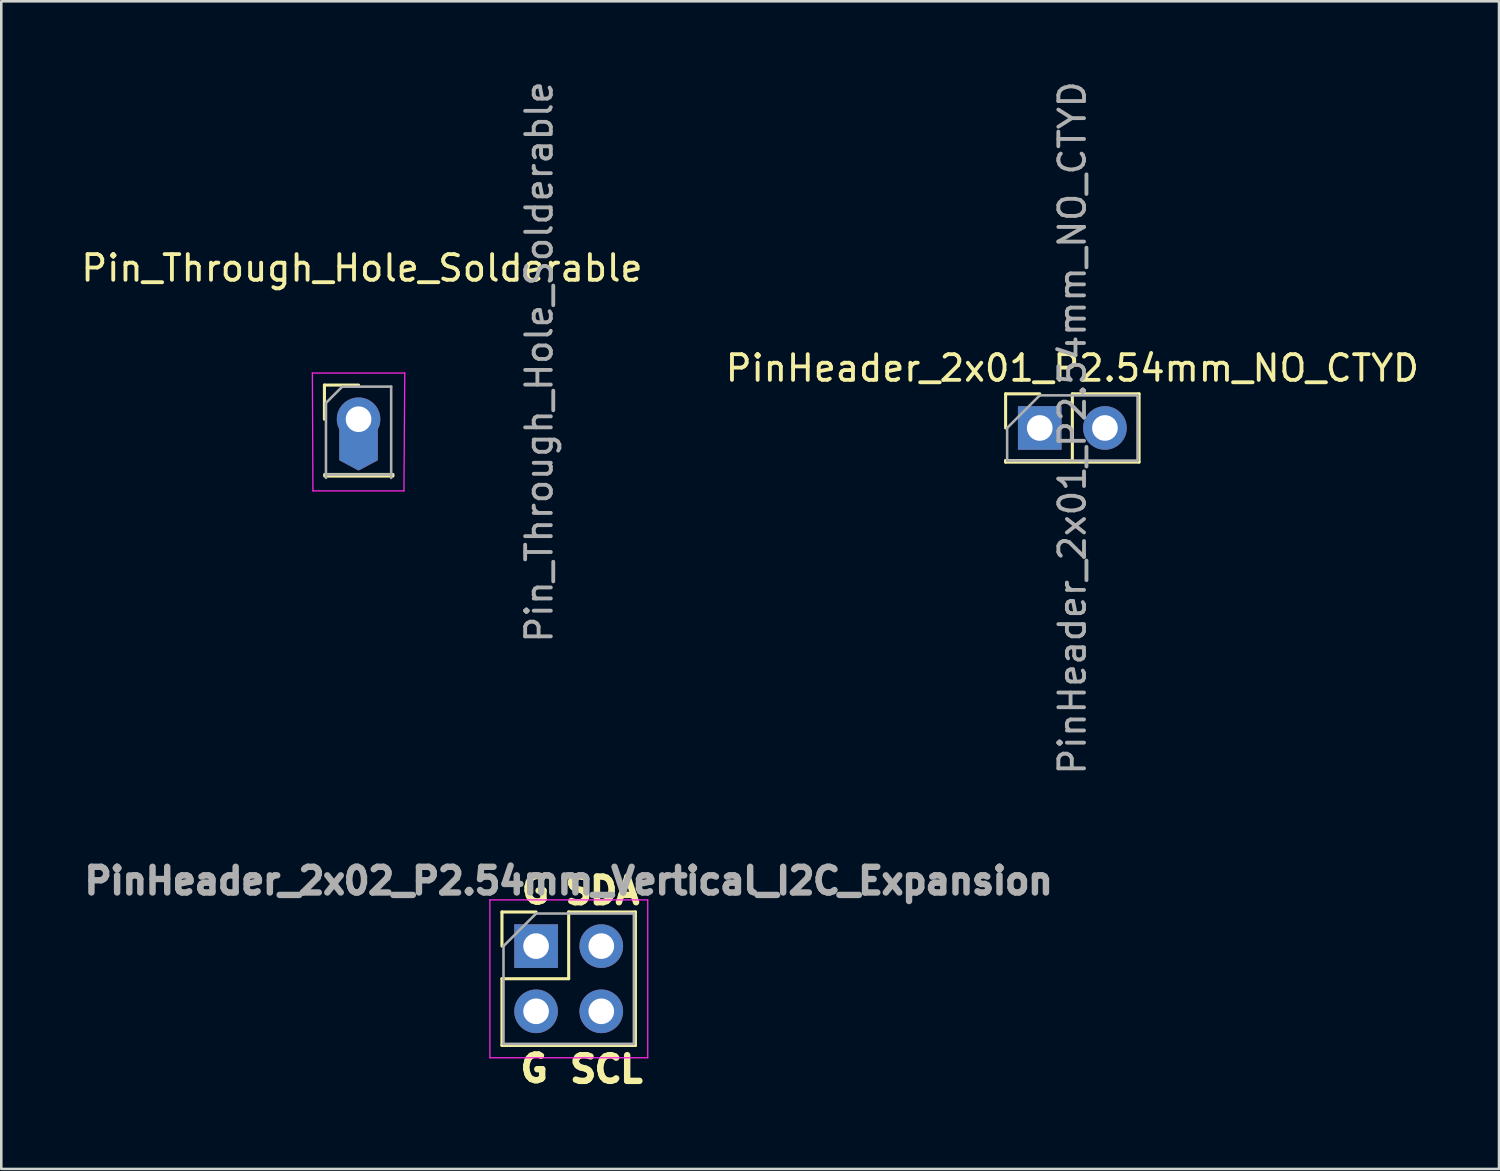
<source format=kicad_pcb>
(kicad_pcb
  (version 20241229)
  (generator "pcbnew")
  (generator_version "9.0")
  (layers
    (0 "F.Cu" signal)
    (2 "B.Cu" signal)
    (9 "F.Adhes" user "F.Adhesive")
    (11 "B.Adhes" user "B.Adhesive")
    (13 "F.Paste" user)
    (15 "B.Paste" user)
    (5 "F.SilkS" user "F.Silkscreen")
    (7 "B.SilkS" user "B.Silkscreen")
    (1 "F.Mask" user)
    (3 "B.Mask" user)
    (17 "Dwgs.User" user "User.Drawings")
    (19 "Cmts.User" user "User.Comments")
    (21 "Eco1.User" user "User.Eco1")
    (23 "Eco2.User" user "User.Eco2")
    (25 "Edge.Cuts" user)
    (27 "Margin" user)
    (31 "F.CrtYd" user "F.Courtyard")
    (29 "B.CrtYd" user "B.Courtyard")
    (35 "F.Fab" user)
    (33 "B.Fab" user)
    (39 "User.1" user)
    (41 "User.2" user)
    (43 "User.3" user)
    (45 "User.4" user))
  (footprint "PinHeader_2x01_P2.54mm_NO_CTYD"
    (layer "F.Cu")
    (at 37.462 13.625)
    (property "Reference" "PinHeader_2x01_P2.54mm_NO_CTYD" (at 1.27 -2.33 0) (layer "F.SilkS") (effects (font (size 1 1) (thickness 0.15))))
    (attr through_hole)
    (fp_line (start -1.33 -1.33) (end 0 -1.33) (stroke (width 0.12) (type solid)) (layer "F.SilkS"))
    (fp_line (start -1.33 0) (end -1.33 -1.33) (stroke (width 0.12) (type solid)) (layer "F.SilkS"))
    (fp_line (start -1.33 1.27) (end -1.33 1.33) (stroke (width 0.12) (type solid)) (layer "F.SilkS"))
    (fp_line (start -1.33 1.27) (end 1.27 1.27) (stroke (width 0.12) (type solid)) (layer "F.SilkS"))
    (fp_line (start -1.33 1.33) (end 3.87 1.33) (stroke (width 0.12) (type solid)) (layer "F.SilkS"))
    (fp_line (start 1.27 -1.33) (end 3.87 -1.33) (stroke (width 0.12) (type solid)) (layer "F.SilkS"))
    (fp_line (start 1.27 1.27) (end 1.27 -1.33) (stroke (width 0.12) (type solid)) (layer "F.SilkS"))
    (fp_line (start 3.87 -1.33) (end 3.87 1.33) (stroke (width 0.12) (type solid)) (layer "F.SilkS"))
    (fp_line (start -1.27 0) (end 0 -1.27) (stroke (width 0.1) (type solid)) (layer "F.Fab"))
    (fp_line (start -1.27 1.27) (end -1.27 0) (stroke (width 0.1) (type solid)) (layer "F.Fab"))
    (fp_line (start 0 -1.27) (end 3.81 -1.27) (stroke (width 0.1) (type solid)) (layer "F.Fab"))
    (fp_line (start 3.81 -1.27) (end 3.81 1.27) (stroke (width 0.1) (type solid)) (layer "F.Fab"))
    (fp_line (start 3.81 1.27) (end -1.27 1.27) (stroke (width 0.1) (type solid)) (layer "F.Fab"))
    (fp_text user "${REFERENCE}" (at 1.27 0 90) (layer "F.Fab") (effects (font (size 1 1) (thickness 0.15))))
    (pad "1" thru_hole rect (at 0 0) (size 1.7 1.7) (drill 1) (layers "*.Cu" "*.Mask"))
    (pad "2" thru_hole oval (at 2.54 0) (size 1.7 1.7) (drill 1) (layers "*.Cu" "*.Mask")))
  (footprint "PinHeader_2x02_P2.54mm_Vertical_I2C_Expansion"
    (layer "F.Cu")
    (at 17.838 33.814)
    (property "Reference" "PinHeader_2x02_P2.54mm_Vertical_I2C_Expansion" (at 1.27 -2.54 0) (layer "F.Fab") (effects (font (size 1 1) (thickness 0.25) (bold yes))))
    (attr through_hole)
    (fp_line (start -1.33 -1.33) (end 0 -1.33) (stroke (width 0.12) (type solid)) (layer "F.SilkS"))
    (fp_line (start -1.33 0) (end -1.33 -1.33) (stroke (width 0.12) (type solid)) (layer "F.SilkS"))
    (fp_line (start -1.33 1.27) (end -1.33 3.87) (stroke (width 0.12) (type solid)) (layer "F.SilkS"))
    (fp_line (start -1.33 1.27) (end 1.27 1.27) (stroke (width 0.12) (type solid)) (layer "F.SilkS"))
    (fp_line (start -1.33 3.87) (end 3.87 3.87) (stroke (width 0.12) (type solid)) (layer "F.SilkS"))
    (fp_line (start 1.27 -1.33) (end 3.87 -1.33) (stroke (width 0.12) (type solid)) (layer "F.SilkS"))
    (fp_line (start 1.27 1.27) (end 1.27 -1.33) (stroke (width 0.12) (type solid)) (layer "F.SilkS"))
    (fp_line (start 3.87 -1.33) (end 3.87 3.87) (stroke (width 0.12) (type solid)) (layer "F.SilkS"))
    (fp_line (start -1.8 -1.8) (end -1.8 4.35) (stroke (width 0.05) (type solid)) (layer "F.CrtYd"))
    (fp_line (start -1.8 4.35) (end 4.35 4.35) (stroke (width 0.05) (type solid)) (layer "F.CrtYd"))
    (fp_line (start 4.35 -1.8) (end -1.8 -1.8) (stroke (width 0.05) (type solid)) (layer "F.CrtYd"))
    (fp_line (start 4.35 4.35) (end 4.35 -1.8) (stroke (width 0.05) (type solid)) (layer "F.CrtYd"))
    (fp_line (start -1.27 0) (end 0 -1.27) (stroke (width 0.1) (type solid)) (layer "F.Fab"))
    (fp_line (start -1.27 3.81) (end -1.27 0) (stroke (width 0.1) (type solid)) (layer "F.Fab"))
    (fp_line (start 0 -1.27) (end 3.81 -1.27) (stroke (width 0.1) (type solid)) (layer "F.Fab"))
    (fp_line (start 3.81 -1.27) (end 3.81 3.81) (stroke (width 0.1) (type solid)) (layer "F.Fab"))
    (fp_line (start 3.81 3.81) (end -1.27 3.81) (stroke (width 0.1) (type solid)) (layer "F.Fab"))
    (fp_text user "G" (at -0.686 -1.6 0) (unlocked yes) (layer "F.SilkS") (effects (font (size 1 1) (thickness 0.25) (bold yes)) (justify left bottom)))
    (fp_text user "SCL" (at 1.194 5.385 0) (unlocked yes) (layer "F.SilkS") (effects (font (size 1 1) (thickness 0.25) (bold yes)) (justify left bottom)))
    (fp_text user "SDA" (at 1.016 -1.575 0) (unlocked yes) (layer "F.SilkS") (effects (font (size 1 1) (thickness 0.25) (bold yes)) (justify left bottom)))
    (fp_text user "G" (at -0.737 5.359 0) (unlocked yes) (layer "F.SilkS") (effects (font (size 1 1) (thickness 0.25) (bold yes)) (justify left bottom)))
    (pad "1" thru_hole rect (at 0 0) (size 1.7 1.7) (drill 1) (layers "*.Cu" "*.Mask"))
    (pad "2" thru_hole oval (at 2.54 0) (size 1.7 1.7) (drill 1) (layers "*.Cu" "*.Mask"))
    (pad "3" thru_hole oval (at 0 2.54) (size 1.7 1.7) (drill 1) (layers "*.Cu" "*.Mask"))
    (pad "4" thru_hole oval (at 2.54 2.54) (size 1.7 1.7) (drill 1) (layers "*.Cu" "*.Mask")))
  (footprint "Pin_Through_Hole_Solderable"
    (layer "F.Cu")
    (at 10.921 13.284)
    (property "Reference" "Pin_Through_Hole_Solderable" (at 0.132 -5.888 0) (layer "F.SilkS") (effects (font (size 1 1) (thickness 0.15))))
    (attr through_hole)
    (fp_line (start -1.33 -1.33) (end 0 -1.33) (stroke (width 0.12) (type solid)) (layer "F.SilkS"))
    (fp_line (start -1.33 0) (end -1.33 -1.33) (stroke (width 0.12) (type solid)) (layer "F.SilkS"))
    (fp_line (start -1.32 2.154) (end 1.34 2.154) (stroke (width 0.12) (type solid)) (layer "F.SilkS"))
    (fp_line (start -1.32 2.214) (end 1.34 2.214) (stroke (width 0.12) (type solid)) (layer "F.SilkS"))
    (fp_line (start -1.8 -1.8) (end -1.778 2.794) (stroke (width 0.05) (type solid)) (layer "F.CrtYd"))
    (fp_line (start -1.778 2.794) (end 1.768 2.794) (stroke (width 0.05) (type solid)) (layer "F.CrtYd"))
    (fp_line (start 1.768 2.794) (end 1.8 -1.8) (stroke (width 0.05) (type solid)) (layer "F.CrtYd"))
    (fp_line (start 1.8 -1.8) (end -1.8 -1.8) (stroke (width 0.05) (type solid)) (layer "F.CrtYd"))
    (fp_line (start -1.27 -0.635) (end -0.635 -1.27) (stroke (width 0.1) (type solid)) (layer "F.Fab"))
    (fp_line (start -1.27 2.286) (end -1.27 -0.635) (stroke (width 0.1) (type solid)) (layer "F.Fab"))
    (fp_line (start -0.635 -1.27) (end 1.27 -1.27) (stroke (width 0.1) (type solid)) (layer "F.Fab"))
    (fp_line (start 1.27 -1.27) (end 1.27 2.286) (stroke (width 0.1) (type solid)) (layer "F.Fab"))
    (fp_line (start 1.28 2.154) (end -1.26 2.154) (stroke (width 0.1) (type solid)) (layer "F.Fab"))
    (fp_text user "${REFERENCE}" (at 7.036 -2.23 90) (layer "F.Fab") (effects (font (size 1 1) (thickness 0.15))))
    (pad "1" thru_hole custom (at 0 0 90) (size 1.7 1.7) (drill 1) (layers "*.Cu" "*.Mask") (options (anchor circle)) (primitives (gr_poly (pts (xy -1.6 -0.75) (xy 0.25 -0.75) (xy 0.25 0.75) (xy -1.6 0.75) (xy -2 0)) (width 0) (fill yes)))))
  (gr_rect
    (start -3 -3)
    (end 55.357 42.496)
    (stroke (width 0.1) (type default))
    (fill no)
    (layer "Edge.Cuts")))
</source>
